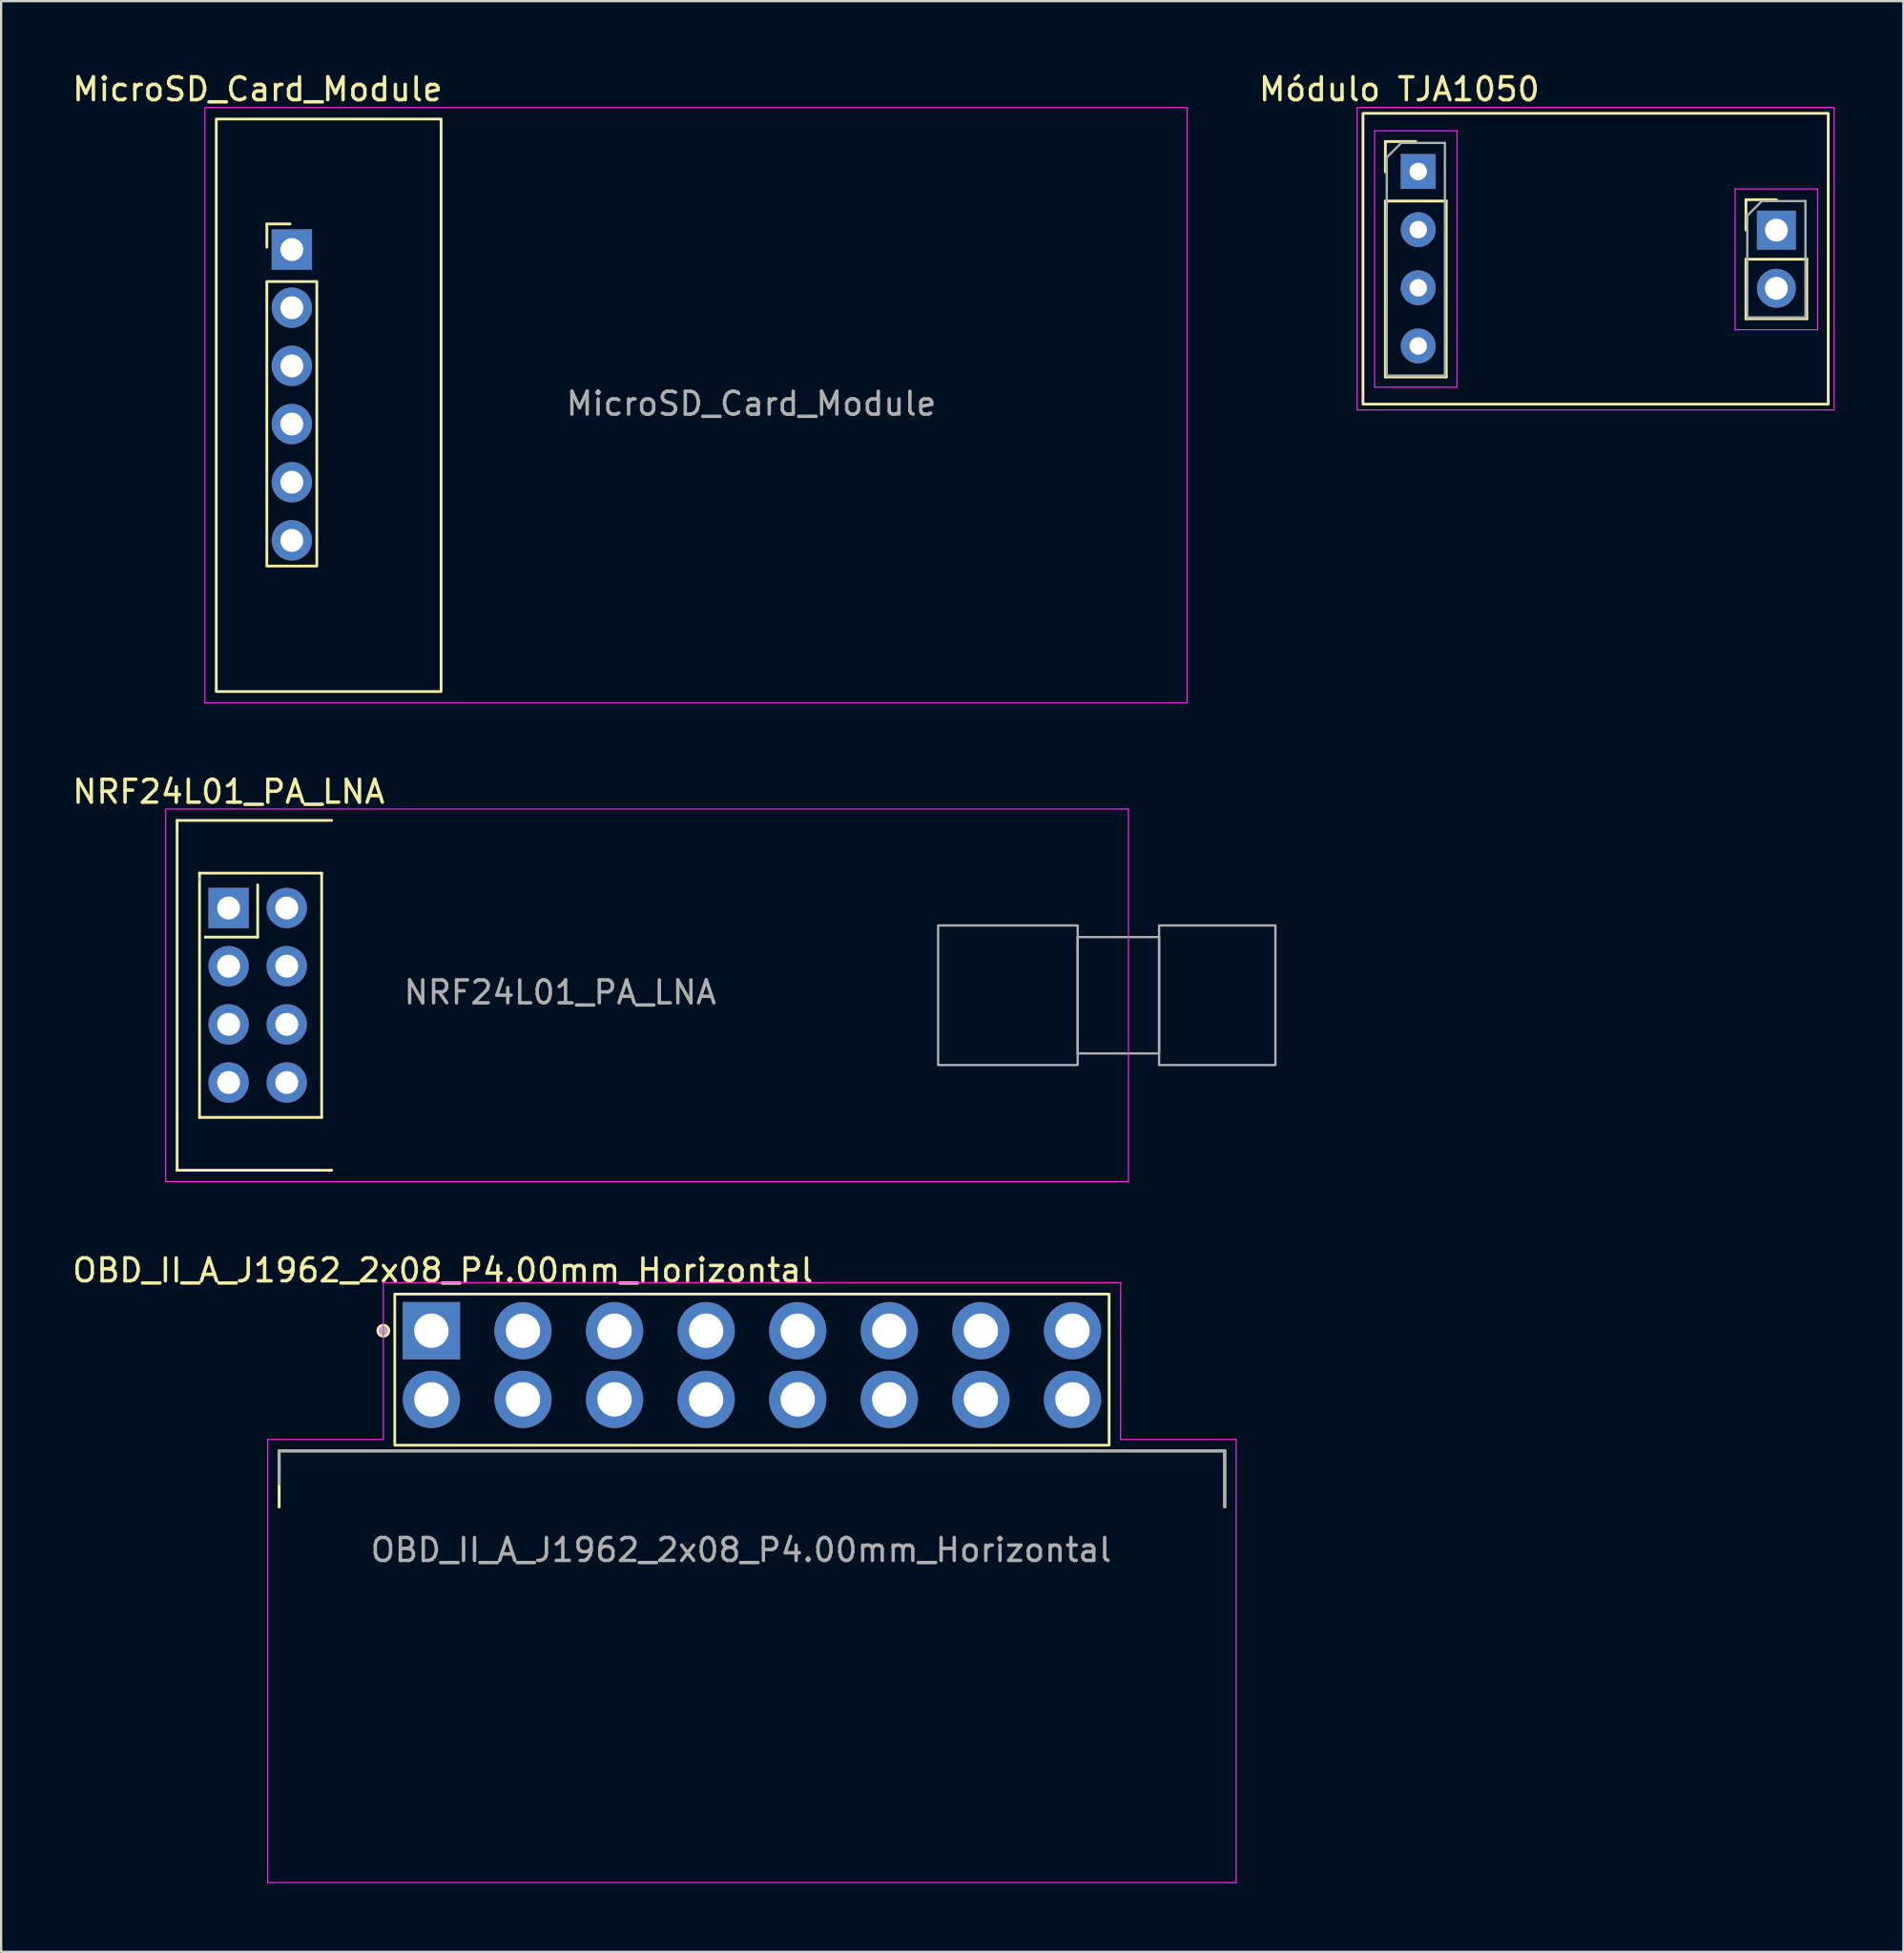
<source format=kicad_pcb>
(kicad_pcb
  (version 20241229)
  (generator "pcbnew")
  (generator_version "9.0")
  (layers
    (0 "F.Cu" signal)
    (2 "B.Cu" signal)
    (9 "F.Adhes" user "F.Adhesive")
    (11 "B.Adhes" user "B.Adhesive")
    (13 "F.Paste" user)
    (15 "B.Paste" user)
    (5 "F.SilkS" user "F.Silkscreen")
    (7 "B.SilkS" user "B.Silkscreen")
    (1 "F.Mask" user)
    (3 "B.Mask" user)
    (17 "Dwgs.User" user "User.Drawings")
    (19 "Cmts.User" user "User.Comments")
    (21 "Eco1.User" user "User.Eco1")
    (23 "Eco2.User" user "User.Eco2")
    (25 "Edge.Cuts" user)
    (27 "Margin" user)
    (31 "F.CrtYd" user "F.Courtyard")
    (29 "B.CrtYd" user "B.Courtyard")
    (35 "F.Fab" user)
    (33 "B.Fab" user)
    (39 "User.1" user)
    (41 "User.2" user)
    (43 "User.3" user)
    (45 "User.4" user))
  (footprint "NRF24L01_PA_LNA"
    (layer "F.Cu")
    (at 6.935 36.602)
    (property "Reference" "NRF24L01_PA_LNA" (at 0 -5.08 0) (unlocked yes) (layer "F.SilkS") (effects (font (size 1 1) (thickness 0.15))))
    (attr through_hole)
    (fp_line (start -2.25 -3.825) (end -2.25 11.45) (stroke (width 0.12) (type default)) (layer "F.SilkS"))
    (fp_line (start -2.25 11.45) (end 4.5 11.45) (stroke (width 0.12) (type default)) (layer "F.SilkS"))
    (fp_line (start -1.27 -1.524) (end -1.27 -1.524) (stroke (width 0.12) (type solid)) (layer "F.SilkS"))
    (fp_line (start -1.27 -1.524) (end 4.064 -1.524) (stroke (width 0.12) (type solid)) (layer "F.SilkS"))
    (fp_line (start -1.27 9.144) (end -1.27 -1.524) (stroke (width 0.12) (type solid)) (layer "F.SilkS"))
    (fp_line (start -1.27 9.144) (end -1.27 9.144) (stroke (width 0.12) (type solid)) (layer "F.SilkS"))
    (fp_line (start -1.016 1.27) (end -1.016 1.27) (stroke (width 0.12) (type solid)) (layer "F.SilkS"))
    (fp_line (start 1.27 -1.016) (end 1.27 1.27) (stroke (width 0.12) (type solid)) (layer "F.SilkS"))
    (fp_line (start 1.27 1.27) (end -1.016 1.27) (stroke (width 0.12) (type solid)) (layer "F.SilkS"))
    (fp_line (start 4.064 -1.524) (end 4.064 9.144) (stroke (width 0.12) (type solid)) (layer "F.SilkS"))
    (fp_line (start 4.064 9.144) (end -1.27 9.144) (stroke (width 0.12) (type solid)) (layer "F.SilkS"))
    (fp_line (start 4.5 -3.825) (end -2.25 -3.825) (stroke (width 0.12) (type default)) (layer "F.SilkS"))
    (fp_rect (start -2.75 -4.325) (end 39.3 11.95) (stroke (width 0.05) (type solid)) (fill no) (layer "F.CrtYd"))
    (fp_line (start -1.27 -1.27) (end -1.27 -1.27) (stroke (width 0.1) (type solid)) (layer "F.Fab"))
    (fp_rect (start 30.988 0.762) (end 37.084 6.858) (stroke (width 0.1) (type solid)) (fill no) (layer "F.Fab"))
    (fp_rect (start 37.084 1.27) (end 40.64 6.35) (stroke (width 0.1) (type solid)) (fill no) (layer "F.Fab"))
    (fp_rect (start 40.64 0.762) (end 45.72 6.858) (stroke (width 0.1) (type solid)) (fill no) (layer "F.Fab"))
    (fp_text user "${REFERENCE}" (at 14.478 3.683 0) (unlocked yes) (layer "F.Fab") (effects (font (size 1 1) (thickness 0.15))))
    (pad "1" thru_hole rect (at 0 0) (size 1.762 1.762) (drill 1) (layers "*.Cu" "*.Mask"))
    (pad "2" thru_hole circle (at 2.54 0) (size 1.762 1.762) (drill 1) (layers "*.Cu" "*.Mask"))
    (pad "3" thru_hole circle (at 0 2.54) (size 1.762 1.762) (drill 1) (layers "*.Cu" "*.Mask"))
    (pad "4" thru_hole circle (at 2.54 2.54) (size 1.762 1.762) (drill 1) (layers "*.Cu" "*.Mask"))
    (pad "5" thru_hole circle (at 0 5.08) (size 1.762 1.762) (drill 1) (layers "*.Cu" "*.Mask"))
    (pad "6" thru_hole circle (at 2.54 5.08) (size 1.762 1.762) (drill 1) (layers "*.Cu" "*.Mask"))
    (pad "7" thru_hole circle (at 0 7.62) (size 1.762 1.762) (drill 1) (layers "*.Cu" "*.Mask"))
    (pad "8" thru_hole circle (at 2.54 7.62) (size 1.762 1.762) (drill 1) (layers "*.Cu" "*.Mask")))
  (footprint "OBD_II_A_J1962_2x08_P4.00mm_Horizontal"
    (layer "F.Cu")
    (at 15.792 55.06)
    (property "Reference" "OBD_II_A_J1962_2x08_P4.00mm_Horizontal" (at 0.5 -2.635 0) (layer "F.SilkS") (effects (font (size 1 1) (thickness 0.15))))
    (attr through_hole)
    (fp_line (start -6.65 5.25) (end 34.65 5.25) (stroke (width 0.127) (type solid)) (layer "F.SilkS"))
    (fp_line (start -6.65 7.7) (end -6.65 5.25) (stroke (width 0.127) (type solid)) (layer "F.SilkS"))
    (fp_line (start 34.65 5.25) (end 34.65 7.7) (stroke (width 0.127) (type solid)) (layer "F.SilkS"))
    (fp_rect (start -1.6 -1.6) (end 29.6 5) (stroke (width 0.12) (type default)) (fill no) (layer "F.SilkS"))
    (fp_circle (center -2.1 0) (end -1.9 0) (stroke (width 0.2) (type solid)) (fill yes) (layer "F.SilkS"))
    (fp_line (start -7.15 4.75) (end -7.15 24.1) (stroke (width 0.05) (type solid)) (layer "F.CrtYd"))
    (fp_line (start -7.15 24.1) (end 35.15 24.1) (stroke (width 0.05) (type solid)) (layer "F.CrtYd"))
    (fp_line (start -2.1 -2.1) (end -2.1 4.75) (stroke (width 0.05) (type solid)) (layer "F.CrtYd"))
    (fp_line (start -2.1 4.75) (end -7.15 4.75) (stroke (width 0.05) (type solid)) (layer "F.CrtYd"))
    (fp_line (start 30.1 -2.1) (end -2.1 -2.1) (stroke (width 0.05) (type solid)) (layer "F.CrtYd"))
    (fp_line (start 30.1 4.75) (end 30.1 -2.1) (stroke (width 0.05) (type solid)) (layer "F.CrtYd"))
    (fp_line (start 35.15 4.75) (end 30.1 4.75) (stroke (width 0.05) (type solid)) (layer "F.CrtYd"))
    (fp_line (start 35.15 24.1) (end 35.15 4.75) (stroke (width 0.05) (type solid)) (layer "F.CrtYd"))
    (fp_line (start -6.65 5.25) (end 34.65 5.25) (stroke (width 0.127) (type solid)) (layer "F.Fab"))
    (fp_line (start -6.65 6.7) (end -6.65 5.25) (stroke (width 0.127) (type solid)) (layer "F.Fab"))
    (fp_line (start 34.65 5.25) (end 34.65 7.7) (stroke (width 0.127) (type solid)) (layer "F.Fab"))
    (fp_circle (center -2.1 0) (end -2 0) (stroke (width 0.2) (type solid)) (fill no) (layer "F.Fab"))
    (fp_text user "${REFERENCE}" (at 13.525 9.575 0) (unlocked yes) (layer "F.Fab") (effects (font (size 1 1) (thickness 0.15))))
    (pad "1" thru_hole rect (at 0 0) (size 2.5 2.5) (drill 1.5) (layers "*.Cu" "*.Mask"))
    (pad "2" thru_hole circle (at 4 0) (size 2.5 2.5) (drill 1.5) (layers "*.Cu" "*.Mask"))
    (pad "3" thru_hole circle (at 8 0) (size 2.5 2.5) (drill 1.5) (layers "*.Cu" "*.Mask"))
    (pad "4" thru_hole circle (at 12 0) (size 2.5 2.5) (drill 1.5) (layers "*.Cu" "*.Mask"))
    (pad "5" thru_hole circle (at 16 0) (size 2.5 2.5) (drill 1.5) (layers "*.Cu" "*.Mask"))
    (pad "6" thru_hole circle (at 20 0) (size 2.5 2.5) (drill 1.5) (layers "*.Cu" "*.Mask"))
    (pad "7" thru_hole circle (at 24 0) (size 2.5 2.5) (drill 1.5) (layers "*.Cu" "*.Mask"))
    (pad "8" thru_hole circle (at 28 0) (size 2.5 2.5) (drill 1.5) (layers "*.Cu" "*.Mask"))
    (pad "9" thru_hole circle (at 0 3) (size 2.5 2.5) (drill 1.5) (layers "*.Cu" "*.Mask"))
    (pad "10" thru_hole circle (at 4 3) (size 2.5 2.5) (drill 1.5) (layers "*.Cu" "*.Mask"))
    (pad "11" thru_hole circle (at 8 3) (size 2.5 2.5) (drill 1.5) (layers "*.Cu" "*.Mask"))
    (pad "12" thru_hole circle (at 12 3) (size 2.5 2.5) (drill 1.5) (layers "*.Cu" "*.Mask"))
    (pad "13" thru_hole circle (at 16 3) (size 2.5 2.5) (drill 1.5) (layers "*.Cu" "*.Mask"))
    (pad "14" thru_hole circle (at 20 3) (size 2.5 2.5) (drill 1.5) (layers "*.Cu" "*.Mask"))
    (pad "15" thru_hole circle (at 24 3) (size 2.5 2.5) (drill 1.5) (layers "*.Cu" "*.Mask"))
    (pad "16" thru_hole circle (at 28 3) (size 2.5 2.5) (drill 1.5) (layers "*.Cu" "*.Mask")))
  (footprint "MicroSD_Card_Module"
    (layer "F.Cu")
    (at 9.696 7.848)
    (property "Reference" "MicroSD_Card_Module" (at -1.5 -7 0) (unlocked yes) (layer "F.SilkS") (effects (font (size 1 1) (thickness 0.15))))
    (attr through_hole)
    (fp_line (start -1.092 -1.118) (end -1.092 -0.102) (stroke (width 0.12) (type solid)) (layer "F.SilkS"))
    (fp_line (start -1.092 -1.118) (end -0.076 -1.118) (stroke (width 0.12) (type solid)) (layer "F.SilkS"))
    (fp_rect (start -3.3 -5.7) (end 6.52 19.3) (stroke (width 0.12) (type solid)) (fill no) (layer "F.SilkS"))
    (fp_poly (pts (xy 1.092 13.821) (xy -1.092 13.821) (xy -1.092 1.397) (xy 1.092 1.397)) (stroke (width 0.12) (type solid)) (fill no) (layer "F.SilkS"))
    (fp_rect (start -3.8 -6.2) (end 39.1 19.8) (stroke (width 0.05) (type solid)) (fill no) (layer "F.CrtYd"))
    (fp_text user "${REFERENCE}" (at 20.066 6.731 0) (unlocked yes) (layer "F.Fab") (effects (font (size 1 1) (thickness 0.15))))
    (pad "1" thru_hole rect (at 0 0 180) (size 1.762 1.762) (drill 1) (layers "*.Cu" "*.Mask"))
    (pad "2" thru_hole circle (at 0 2.54 180) (size 1.762 1.762) (drill 1) (layers "*.Cu" "*.Mask"))
    (pad "3" thru_hole circle (at 0 5.08 180) (size 1.762 1.762) (drill 1) (layers "*.Cu" "*.Mask"))
    (pad "4" thru_hole circle (at 0 7.62 180) (size 1.762 1.762) (drill 1) (layers "*.Cu" "*.Mask"))
    (pad "5" thru_hole circle (at 0 10.16 180) (size 1.762 1.762) (drill 1) (layers "*.Cu" "*.Mask"))
    (pad "6" thru_hole circle (at 0 12.7 180) (size 1.762 1.762) (drill 1) (layers "*.Cu" "*.Mask")))
  (footprint "Módulo TJA1050"
    (layer "F.Cu")
    (at 58.893 4.438)
    (property "Reference" "Módulo TJA1050" (at -0.828 -3.59 0) (unlocked yes) (layer "F.SilkS") (effects (font (size 1 1) (thickness 0.15))))
    (attr through_hole)
    (fp_line (start -1.435 -1.308) (end -0.105 -1.308) (stroke (width 0.12) (type solid)) (layer "F.SilkS"))
    (fp_line (start -1.435 0.022) (end -1.435 -1.308) (stroke (width 0.12) (type solid)) (layer "F.SilkS"))
    (fp_line (start -1.435 1.292) (end -1.435 8.972) (stroke (width 0.12) (type solid)) (layer "F.SilkS"))
    (fp_line (start -1.435 1.292) (end 1.225 1.292) (stroke (width 0.12) (type solid)) (layer "F.SilkS"))
    (fp_line (start -1.435 8.972) (end 1.225 8.972) (stroke (width 0.12) (type solid)) (layer "F.SilkS"))
    (fp_line (start 1.225 1.292) (end 1.225 8.972) (stroke (width 0.12) (type solid)) (layer "F.SilkS"))
    (fp_line (start 14.313 1.232) (end 15.643 1.232) (stroke (width 0.12) (type solid)) (layer "F.SilkS"))
    (fp_line (start 14.313 2.562) (end 14.313 1.232) (stroke (width 0.12) (type solid)) (layer "F.SilkS"))
    (fp_line (start 14.313 3.832) (end 14.313 6.432) (stroke (width 0.12) (type solid)) (layer "F.SilkS"))
    (fp_line (start 14.313 3.832) (end 16.973 3.832) (stroke (width 0.12) (type solid)) (layer "F.SilkS"))
    (fp_line (start 14.313 6.432) (end 16.973 6.432) (stroke (width 0.12) (type solid)) (layer "F.SilkS"))
    (fp_line (start 16.973 3.832) (end 16.973 6.432) (stroke (width 0.12) (type solid)) (layer "F.SilkS"))
    (fp_rect (start -2.413 -2.54) (end 17.907 10.16) (stroke (width 0.12) (type solid)) (fill no) (layer "F.SilkS"))
    (fp_line (start -1.905 -1.778) (end -1.905 9.422) (stroke (width 0.05) (type solid)) (layer "F.CrtYd"))
    (fp_line (start -1.905 9.422) (end 1.695 9.422) (stroke (width 0.05) (type solid)) (layer "F.CrtYd"))
    (fp_line (start 1.695 -1.778) (end -1.905 -1.778) (stroke (width 0.05) (type solid)) (layer "F.CrtYd"))
    (fp_line (start 1.695 9.422) (end 1.695 -1.778) (stroke (width 0.05) (type solid)) (layer "F.CrtYd"))
    (fp_line (start 13.843 0.762) (end 13.843 6.912) (stroke (width 0.05) (type solid)) (layer "F.CrtYd"))
    (fp_line (start 13.843 6.912) (end 17.443 6.912) (stroke (width 0.05) (type solid)) (layer "F.CrtYd"))
    (fp_line (start 17.443 0.762) (end 13.843 0.762) (stroke (width 0.05) (type solid)) (layer "F.CrtYd"))
    (fp_line (start 17.443 6.912) (end 17.443 0.762) (stroke (width 0.05) (type solid)) (layer "F.CrtYd"))
    (fp_rect (start -2.671 -2.794) (end 18.165 10.414) (stroke (width 0.05) (type solid)) (fill no) (layer "F.CrtYd"))
    (fp_line (start -1.375 -0.613) (end -0.74 -1.248) (stroke (width 0.1) (type solid)) (layer "F.Fab"))
    (fp_line (start -1.375 8.912) (end -1.375 -0.613) (stroke (width 0.1) (type solid)) (layer "F.Fab"))
    (fp_line (start -0.74 -1.248) (end 1.165 -1.248) (stroke (width 0.1) (type solid)) (layer "F.Fab"))
    (fp_line (start 1.165 -1.248) (end 1.165 8.912) (stroke (width 0.1) (type solid)) (layer "F.Fab"))
    (fp_line (start 1.165 8.912) (end -1.375 8.912) (stroke (width 0.1) (type solid)) (layer "F.Fab"))
    (fp_line (start 14.373 1.927) (end 15.008 1.292) (stroke (width 0.1) (type solid)) (layer "F.Fab"))
    (fp_line (start 14.373 6.372) (end 14.373 1.927) (stroke (width 0.1) (type solid)) (layer "F.Fab"))
    (fp_line (start 15.008 1.292) (end 16.913 1.292) (stroke (width 0.1) (type solid)) (layer "F.Fab"))
    (fp_line (start 16.913 1.292) (end 16.913 6.372) (stroke (width 0.1) (type solid)) (layer "F.Fab"))
    (fp_line (start 16.913 6.372) (end 14.373 6.372) (stroke (width 0.1) (type solid)) (layer "F.Fab"))
    (pad "1" thru_hole rect (at 0 0) (size 1.524 1.524) (drill 0.762) (layers "*.Cu" "*.Mask"))
    (pad "2" thru_hole circle (at 0 2.54) (size 1.524 1.524) (drill 0.762) (layers "*.Cu" "*.Mask"))
    (pad "3" thru_hole circle (at 0 5.08) (size 1.524 1.524) (drill 0.762) (layers "*.Cu" "*.Mask"))
    (pad "4" thru_hole circle (at 0 7.62) (size 1.524 1.524) (drill 0.762) (layers "*.Cu" "*.Mask"))
    (pad "5" thru_hole rect (at 15.643 2.562) (size 1.7 1.7) (drill 1) (layers "*.Cu" "*.Mask"))
    (pad "6" thru_hole oval (at 15.643 5.102) (size 1.7 1.7) (drill 1) (layers "*.Cu" "*.Mask")))
  (gr_rect
    (start -3 -3)
    (end 80.083 82.185)
    (stroke (width 0.1) (type default))
    (fill no)
    (layer "Edge.Cuts")))
</source>
